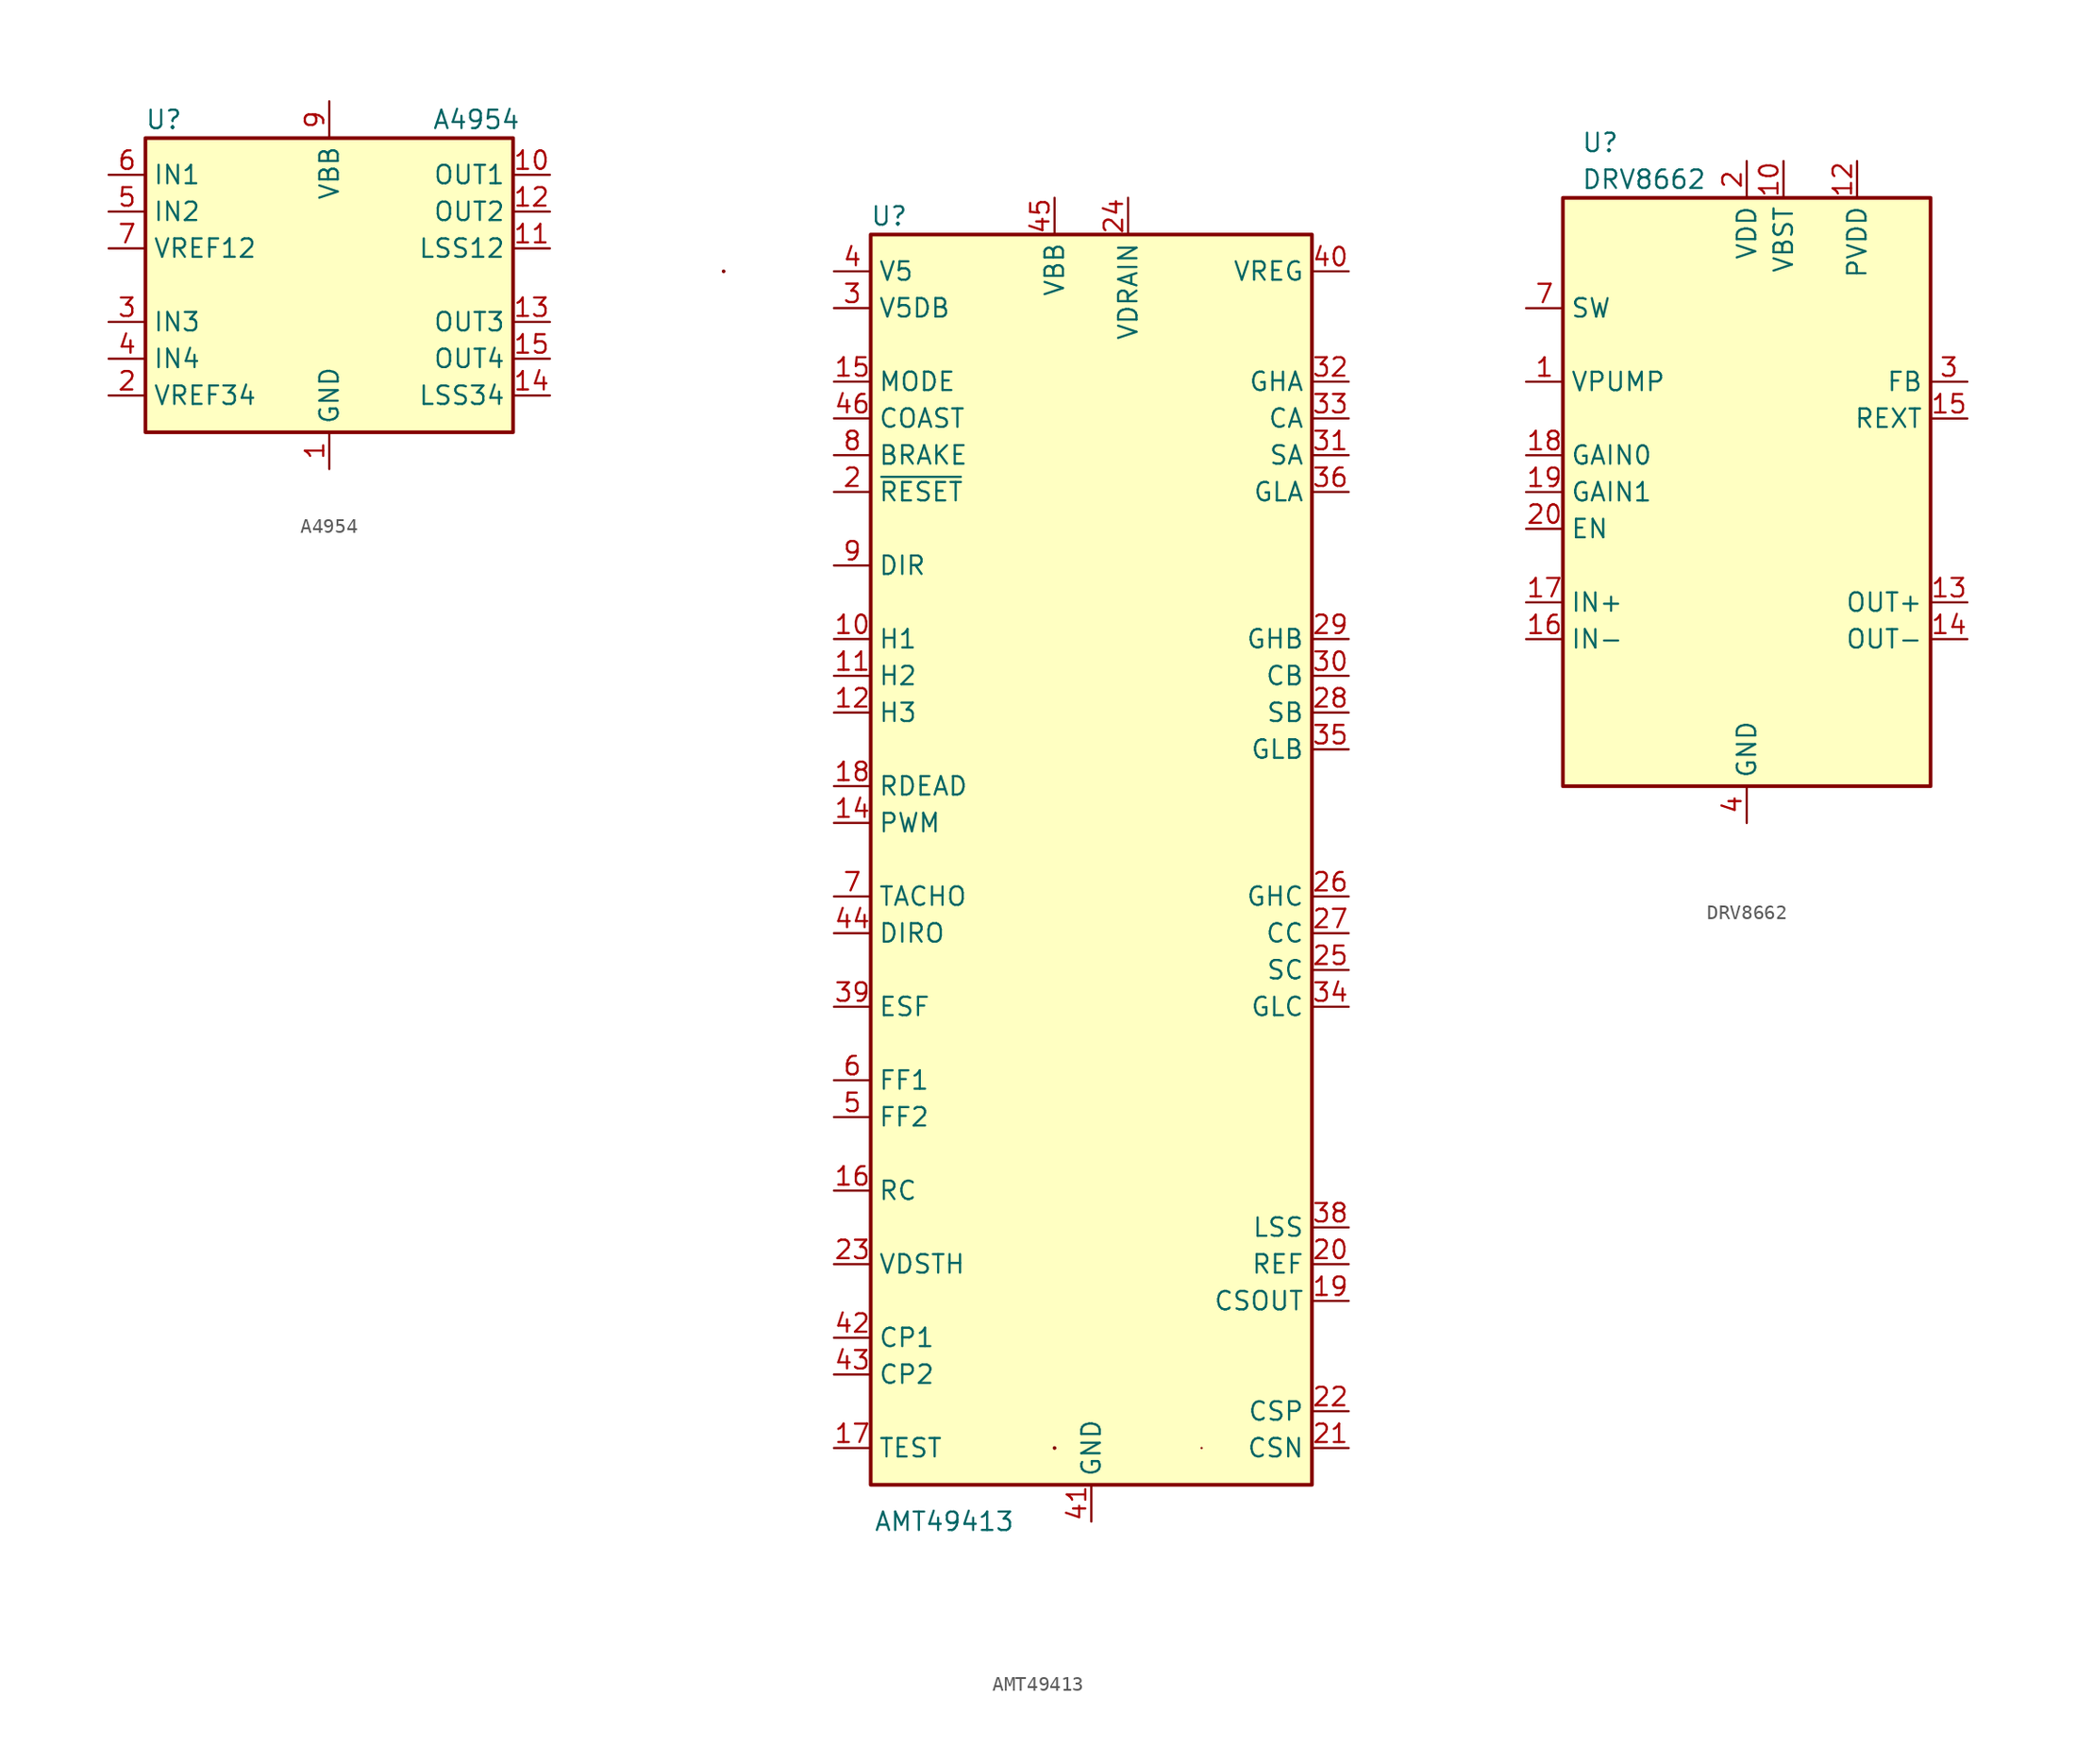
<source format=kicad_sym>
(kicad_symbol_lib
  (version 20211014)
  (generator kicad_symbol_editor)
  (symbol "A4954"
    (property "Reference" "U"
      (at -11.43 11.43 0)
      (effects (font (size 1.27 1.27))))
    (property "Value" "A4954"
      (at 10.16 11.43 0)
      (effects (font (size 1.27 1.27))))
    (symbol "A4954_0_1"
      (rectangle (start -12.7 10.16) (end 12.7 -10.16) (stroke (width 0.254) (type default) (color 0 0 0 0)) (fill (type background))))
    (symbol "A4954_1_1"
      (pin power_in line (at 0 -12.7 90) (length 2.54) (name "GND" (effects (font (size 1.27 1.27)))) (number "1" (effects (font (size 1.27 1.27)))))
      (pin power_out line (at 15.24 7.62 180) (length 2.54) (name "OUT1" (effects (font (size 1.27 1.27)))) (number "10" (effects (font (size 1.27 1.27)))))
      (pin power_in line (at 15.24 2.54 180) (length 2.54) (name "LSS12" (effects (font (size 1.27 1.27)))) (number "11" (effects (font (size 1.27 1.27)))))
      (pin power_out line (at 15.24 5.08 180) (length 2.54) (name "OUT2" (effects (font (size 1.27 1.27)))) (number "12" (effects (font (size 1.27 1.27)))))
      (pin power_out line (at 15.24 -2.54 180) (length 2.54) (name "OUT3" (effects (font (size 1.27 1.27)))) (number "13" (effects (font (size 1.27 1.27)))))
      (pin power_in line (at 15.24 -7.62 180) (length 2.54) (name "LSS34" (effects (font (size 1.27 1.27)))) (number "14" (effects (font (size 1.27 1.27)))))
      (pin power_out line (at 15.24 -5.08 180) (length 2.54) (name "OUT4" (effects (font (size 1.27 1.27)))) (number "15" (effects (font (size 1.27 1.27)))))
      (pin passive line (at 0 12.7 270) (length 2.54) hide (name "VBB" (effects (font (size 1.27 1.27)))) (number "16" (effects (font (size 1.27 1.27)))))
      (pin passive line (at 0 -12.7 90) (length 2.54) hide (name "GND" (effects (font (size 1.27 1.27)))) (number "17" (effects (font (size 1.27 1.27)))))
      (pin input line (at -15.24 -7.62 0) (length 2.54) (name "VREF34" (effects (font (size 1.27 1.27)))) (number "2" (effects (font (size 1.27 1.27)))))
      (pin input line (at -15.24 -2.54 0) (length 2.54) (name "IN3" (effects (font (size 1.27 1.27)))) (number "3" (effects (font (size 1.27 1.27)))))
      (pin input line (at -15.24 -5.08 0) (length 2.54) (name "IN4" (effects (font (size 1.27 1.27)))) (number "4" (effects (font (size 1.27 1.27)))))
      (pin input line (at -15.24 5.08 0) (length 2.54) (name "IN2" (effects (font (size 1.27 1.27)))) (number "5" (effects (font (size 1.27 1.27)))))
      (pin input line (at -15.24 7.62 0) (length 2.54) (name "IN1" (effects (font (size 1.27 1.27)))) (number "6" (effects (font (size 1.27 1.27)))))
      (pin input line (at -15.24 2.54 0) (length 2.54) (name "VREF12" (effects (font (size 1.27 1.27)))) (number "7" (effects (font (size 1.27 1.27)))))
      (pin passive line (at 0 -12.7 90) (length 2.54) hide (name "GND" (effects (font (size 1.27 1.27)))) (number "8" (effects (font (size 1.27 1.27)))))
      (pin power_in line (at 0 12.7 270) (length 2.54) (name "VBB" (effects (font (size 1.27 1.27)))) (number "9" (effects (font (size 1.27 1.27)))))))
  (symbol "AMT49413"
    (property "Reference" "U"
      (at -13.97 44.45 0)
      (effects (font (size 1.27 1.27))))
    (property "Value" "AMT49413"
      (at -10.16 -45.72 0)
      (effects (font (size 1.27 1.27))))
    (symbol "AMT49413_0_1"
      (rectangle (start -25.4 40.64) (end -25.4 40.64) (stroke (width 0.254) (type default) (color 0 0 0 0)) (fill (type none)))
      (rectangle (start -15.24 -43.18) (end 15.24 43.18) (stroke (width 0.254) (type default) (color 0 0 0 0)) (fill (type background)))
      (rectangle (start -2.54 -40.64) (end -2.54 -40.64) (stroke (width 0.254) (type default) (color 0 0 0 0)) (fill (type none)))
      (rectangle (start 7.62 -40.64) (end 7.62 -40.64) (stroke (width 0) (type default) (color 0 0 0 0)) (fill (type none))))
    (symbol "AMT49413_1_1"
      (pin no_connect line (at -5.08 -43.18 90) (length 2.54) hide (name "N.C." (effects (font (size 1.27 1.27)))) (number "1" (effects (font (size 1.27 1.27)))))
      (pin input line (at -17.78 15.24 0) (length 2.54) (name "H1" (effects (font (size 1.27 1.27)))) (number "10" (effects (font (size 1.27 1.27)))))
      (pin input line (at -17.78 12.7 0) (length 2.54) (name "H2" (effects (font (size 1.27 1.27)))) (number "11" (effects (font (size 1.27 1.27)))))
      (pin input line (at -17.78 10.16 0) (length 2.54) (name "H3" (effects (font (size 1.27 1.27)))) (number "12" (effects (font (size 1.27 1.27)))))
      (pin no_connect line (at -2.54 -43.18 90) (length 2.54) hide (name "N.C." (effects (font (size 1.27 1.27)))) (number "13" (effects (font (size 1.27 1.27)))))
      (pin input line (at -17.78 2.54 0) (length 2.54) (name "PWM" (effects (font (size 1.27 1.27)))) (number "14" (effects (font (size 1.27 1.27)))))
      (pin input line (at -17.78 33.02 0) (length 2.54) (name "MODE" (effects (font (size 1.27 1.27)))) (number "15" (effects (font (size 1.27 1.27)))))
      (pin passive line (at -17.78 -22.86 0) (length 2.54) (name "RC" (effects (font (size 1.27 1.27)))) (number "16" (effects (font (size 1.27 1.27)))))
      (pin input line (at -17.78 -40.64 0) (length 2.54) (name "TEST" (effects (font (size 1.27 1.27)))) (number "17" (effects (font (size 1.27 1.27)))))
      (pin passive line (at -17.78 5.08 0) (length 2.54) (name "RDEAD" (effects (font (size 1.27 1.27)))) (number "18" (effects (font (size 1.27 1.27)))))
      (pin input line (at 17.78 -30.48 180) (length 2.54) (name "CSOUT" (effects (font (size 1.27 1.27)))) (number "19" (effects (font (size 1.27 1.27)))))
      (pin input line (at -17.78 25.4 0) (length 2.54) (name "~{RESET}" (effects (font (size 1.27 1.27)))) (number "2" (effects (font (size 1.27 1.27)))))
      (pin input line (at 17.78 -27.94 180) (length 2.54) (name "REF" (effects (font (size 1.27 1.27)))) (number "20" (effects (font (size 1.27 1.27)))))
      (pin input line (at 17.78 -40.64 180) (length 2.54) (name "CSN" (effects (font (size 1.27 1.27)))) (number "21" (effects (font (size 1.27 1.27)))))
      (pin input line (at 17.78 -38.1 180) (length 2.54) (name "CSP" (effects (font (size 1.27 1.27)))) (number "22" (effects (font (size 1.27 1.27)))))
      (pin input line (at -17.78 -27.94 0) (length 2.54) (name "VDSTH" (effects (font (size 1.27 1.27)))) (number "23" (effects (font (size 1.27 1.27)))))
      (pin power_in line (at 2.54 45.72 270) (length 2.54) (name "VDRAIN" (effects (font (size 1.27 1.27)))) (number "24" (effects (font (size 1.27 1.27)))))
      (pin input line (at 17.78 -7.62 180) (length 2.54) (name "SC" (effects (font (size 1.27 1.27)))) (number "25" (effects (font (size 1.27 1.27)))))
      (pin output line (at 17.78 -2.54 180) (length 2.54) (name "GHC" (effects (font (size 1.27 1.27)))) (number "26" (effects (font (size 1.27 1.27)))))
      (pin passive line (at 17.78 -5.08 180) (length 2.54) (name "CC" (effects (font (size 1.27 1.27)))) (number "27" (effects (font (size 1.27 1.27)))))
      (pin input line (at 17.78 10.16 180) (length 2.54) (name "SB" (effects (font (size 1.27 1.27)))) (number "28" (effects (font (size 1.27 1.27)))))
      (pin output line (at 17.78 15.24 180) (length 2.54) (name "GHB" (effects (font (size 1.27 1.27)))) (number "29" (effects (font (size 1.27 1.27)))))
      (pin power_out line (at -17.78 38.1 0) (length 2.54) (name "V5DB" (effects (font (size 1.27 1.27)))) (number "3" (effects (font (size 1.27 1.27)))))
      (pin passive line (at 17.78 12.7 180) (length 2.54) (name "CB" (effects (font (size 1.27 1.27)))) (number "30" (effects (font (size 1.27 1.27)))))
      (pin input line (at 17.78 27.94 180) (length 2.54) (name "SA" (effects (font (size 1.27 1.27)))) (number "31" (effects (font (size 1.27 1.27)))))
      (pin output line (at 17.78 33.02 180) (length 2.54) (name "GHA" (effects (font (size 1.27 1.27)))) (number "32" (effects (font (size 1.27 1.27)))))
      (pin passive line (at 17.78 30.48 180) (length 2.54) (name "CA" (effects (font (size 1.27 1.27)))) (number "33" (effects (font (size 1.27 1.27)))))
      (pin output line (at 17.78 -10.16 180) (length 2.54) (name "GLC" (effects (font (size 1.27 1.27)))) (number "34" (effects (font (size 1.27 1.27)))))
      (pin output line (at 17.78 7.62 180) (length 2.54) (name "GLB" (effects (font (size 1.27 1.27)))) (number "35" (effects (font (size 1.27 1.27)))))
      (pin output line (at 17.78 25.4 180) (length 2.54) (name "GLA" (effects (font (size 1.27 1.27)))) (number "36" (effects (font (size 1.27 1.27)))))
      (pin no_connect line (at 5.08 -43.18 90) (length 2.54) hide (name "N.C." (effects (font (size 1.27 1.27)))) (number "37" (effects (font (size 1.27 1.27)))))
      (pin input line (at 17.78 -25.4 180) (length 2.54) (name "LSS" (effects (font (size 1.27 1.27)))) (number "38" (effects (font (size 1.27 1.27)))))
      (pin input line (at -17.78 -10.16 0) (length 2.54) (name "ESF" (effects (font (size 1.27 1.27)))) (number "39" (effects (font (size 1.27 1.27)))))
      (pin power_out line (at -17.78 40.64 0) (length 2.54) (name "V5" (effects (font (size 1.27 1.27)))) (number "4" (effects (font (size 1.27 1.27)))))
      (pin power_out line (at 17.78 40.64 180) (length 2.54) (name "VREG" (effects (font (size 1.27 1.27)))) (number "40" (effects (font (size 1.27 1.27)))))
      (pin power_in line (at 0 -45.72 90) (length 2.54) (name "GND" (effects (font (size 1.27 1.27)))) (number "41" (effects (font (size 1.27 1.27)))))
      (pin passive line (at -17.78 -33.02 0) (length 2.54) (name "CP1" (effects (font (size 1.27 1.27)))) (number "42" (effects (font (size 1.27 1.27)))))
      (pin passive line (at -17.78 -35.56 0) (length 2.54) (name "CP2" (effects (font (size 1.27 1.27)))) (number "43" (effects (font (size 1.27 1.27)))))
      (pin output line (at -17.78 -5.08 0) (length 2.54) (name "DIRO" (effects (font (size 1.27 1.27)))) (number "44" (effects (font (size 1.27 1.27)))))
      (pin power_in line (at -2.54 45.72 270) (length 2.54) (name "VBB" (effects (font (size 1.27 1.27)))) (number "45" (effects (font (size 1.27 1.27)))))
      (pin input line (at -17.78 30.48 0) (length 2.54) (name "COAST" (effects (font (size 1.27 1.27)))) (number "46" (effects (font (size 1.27 1.27)))))
      (pin no_connect line (at 7.62 -43.18 90) (length 2.54) hide (name "N.C." (effects (font (size 1.27 1.27)))) (number "47" (effects (font (size 1.27 1.27)))))
      (pin no_connect line (at -7.62 -43.18 90) (length 2.54) hide (name "N.C." (effects (font (size 1.27 1.27)))) (number "48" (effects (font (size 1.27 1.27)))))
      (pin passive line (at 0 -45.72 90) (length 2.54) hide (name "GND" (effects (font (size 1.27 1.27)))) (number "49" (effects (font (size 1.27 1.27)))))
      (pin open_collector line (at -17.78 -17.78 0) (length 2.54) (name "FF2" (effects (font (size 1.27 1.27)))) (number "5" (effects (font (size 1.27 1.27)))))
      (pin open_collector line (at -17.78 -15.24 0) (length 2.54) (name "FF1" (effects (font (size 1.27 1.27)))) (number "6" (effects (font (size 1.27 1.27)))))
      (pin output line (at -17.78 -2.54 0) (length 2.54) (name "TACHO" (effects (font (size 1.27 1.27)))) (number "7" (effects (font (size 1.27 1.27)))))
      (pin input line (at -17.78 27.94 0) (length 2.54) (name "BRAKE" (effects (font (size 1.27 1.27)))) (number "8" (effects (font (size 1.27 1.27)))))
      (pin input line (at -17.78 20.32 0) (length 2.54) (name "DIR" (effects (font (size 1.27 1.27)))) (number "9" (effects (font (size 1.27 1.27)))))))
  (symbol "DRV8662"
    (property "Reference" "U"
      (at -11.43 24.13 0)
      (effects (font (size 1.27 1.27)) (justify left)))
    (property "Value" "DRV8662"
      (at -11.43 21.59 0)
      (effects (font (size 1.27 1.27)) (justify left)))
    (symbol "DRV8662_0_1"
      (rectangle (start -12.7 20.32) (end 12.7 -20.32) (stroke (width 0.254) (type default) (color 0 0 0 0)) (fill (type background))))
    (symbol "DRV8662_1_1"
      (pin output line (at -15.24 7.62 0) (length 2.54) (name "VPUMP" (effects (font (size 1.27 1.27)))) (number "1" (effects (font (size 1.27 1.27)))))
      (pin power_out line (at 2.54 22.86 270) (length 2.54) (name "VBST" (effects (font (size 1.27 1.27)))) (number "10" (effects (font (size 1.27 1.27)))))
      (pin passive line (at 2.54 22.86 270) (length 2.54) hide (name "VBST" (effects (font (size 1.27 1.27)))) (number "11" (effects (font (size 1.27 1.27)))))
      (pin power_in line (at 7.62 22.86 270) (length 2.54) (name "PVDD" (effects (font (size 1.27 1.27)))) (number "12" (effects (font (size 1.27 1.27)))))
      (pin output line (at 15.24 -7.62 180) (length 2.54) (name "OUT+" (effects (font (size 1.27 1.27)))) (number "13" (effects (font (size 1.27 1.27)))))
      (pin output line (at 15.24 -10.16 180) (length 2.54) (name "OUT-" (effects (font (size 1.27 1.27)))) (number "14" (effects (font (size 1.27 1.27)))))
      (pin input line (at 15.24 5.08 180) (length 2.54) (name "REXT" (effects (font (size 1.27 1.27)))) (number "15" (effects (font (size 1.27 1.27)))))
      (pin input line (at -15.24 -10.16 0) (length 2.54) (name "IN-" (effects (font (size 1.27 1.27)))) (number "16" (effects (font (size 1.27 1.27)))))
      (pin input line (at -15.24 -7.62 0) (length 2.54) (name "IN+" (effects (font (size 1.27 1.27)))) (number "17" (effects (font (size 1.27 1.27)))))
      (pin input line (at -15.24 2.54 0) (length 2.54) (name "GAIN0" (effects (font (size 1.27 1.27)))) (number "18" (effects (font (size 1.27 1.27)))))
      (pin input line (at -15.24 0 0) (length 2.54) (name "GAIN1" (effects (font (size 1.27 1.27)))) (number "19" (effects (font (size 1.27 1.27)))))
      (pin power_in line (at 0 22.86 270) (length 2.54) (name "VDD" (effects (font (size 1.27 1.27)))) (number "2" (effects (font (size 1.27 1.27)))))
      (pin input line (at -15.24 -2.54 0) (length 2.54) (name "EN" (effects (font (size 1.27 1.27)))) (number "20" (effects (font (size 1.27 1.27)))))
      (pin passive line (at 0 -22.86 90) (length 2.54) hide (name "GND" (effects (font (size 1.27 1.27)))) (number "21" (effects (font (size 1.27 1.27)))))
      (pin input line (at 15.24 7.62 180) (length 2.54) (name "FB" (effects (font (size 1.27 1.27)))) (number "3" (effects (font (size 1.27 1.27)))))
      (pin power_in line (at 0 -22.86 90) (length 2.54) (name "GND" (effects (font (size 1.27 1.27)))) (number "4" (effects (font (size 1.27 1.27)))))
      (pin passive line (at 0 -22.86 90) (length 2.54) hide (name "GND" (effects (font (size 1.27 1.27)))) (number "5" (effects (font (size 1.27 1.27)))))
      (pin passive line (at 0 -22.86 90) (length 2.54) hide (name "GND" (effects (font (size 1.27 1.27)))) (number "6" (effects (font (size 1.27 1.27)))))
      (pin input line (at -15.24 12.7 0) (length 2.54) (name "SW" (effects (font (size 1.27 1.27)))) (number "7" (effects (font (size 1.27 1.27)))))
      (pin input line (at -15.24 12.7 0) (length 2.54) hide (name "SW" (effects (font (size 1.27 1.27)))) (number "8" (effects (font (size 1.27 1.27)))))
      (pin no_connect line (at -15.24 -15.24 0) (length 2.54) hide (name "NC" (effects (font (size 1.27 1.27)))) (number "9" (effects (font (size 1.27 1.27))))))))
</source>
